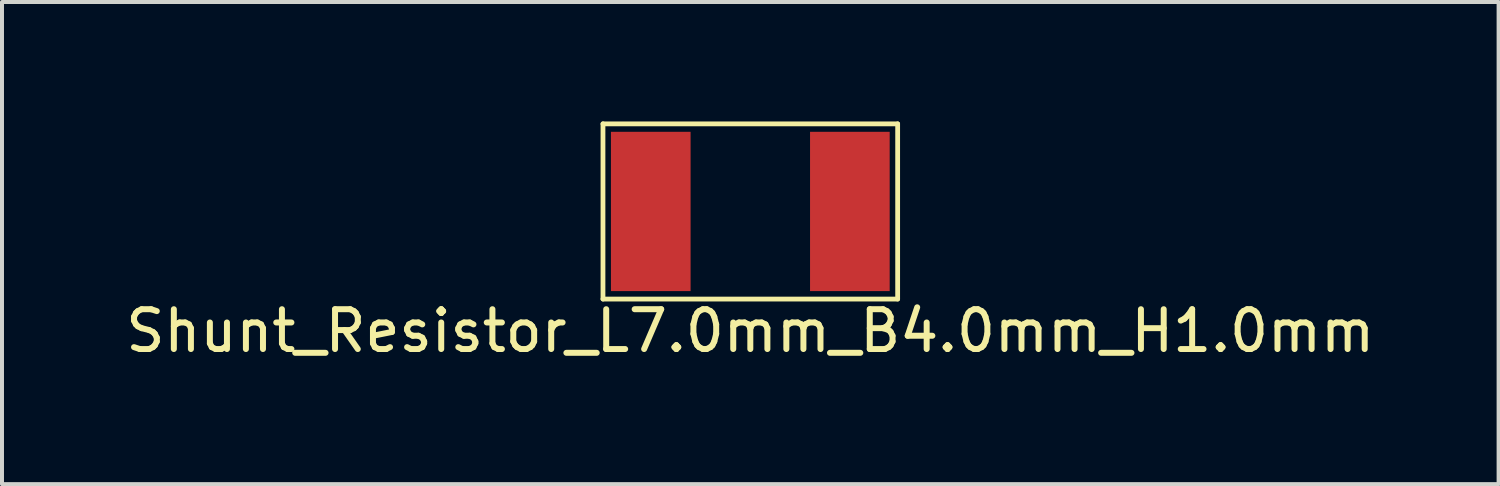
<source format=kicad_pcb>
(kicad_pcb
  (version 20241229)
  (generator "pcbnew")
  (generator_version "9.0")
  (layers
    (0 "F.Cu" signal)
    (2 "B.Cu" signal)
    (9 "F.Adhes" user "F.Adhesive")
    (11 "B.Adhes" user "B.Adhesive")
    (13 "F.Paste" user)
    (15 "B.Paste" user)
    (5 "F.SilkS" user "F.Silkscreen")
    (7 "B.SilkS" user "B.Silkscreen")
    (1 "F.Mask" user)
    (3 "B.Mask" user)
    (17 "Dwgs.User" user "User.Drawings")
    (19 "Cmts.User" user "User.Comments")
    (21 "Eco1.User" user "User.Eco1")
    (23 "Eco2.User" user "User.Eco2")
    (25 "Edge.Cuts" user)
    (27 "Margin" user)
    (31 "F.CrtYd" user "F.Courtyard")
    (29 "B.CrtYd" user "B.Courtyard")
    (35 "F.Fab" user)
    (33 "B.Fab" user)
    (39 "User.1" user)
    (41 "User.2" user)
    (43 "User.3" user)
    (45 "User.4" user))
  (footprint "Shunt_Resistor_L7.0mm_B4.0mm_H1.0mm"
    (layer "F.Cu")
    (at 15.792 4.76)
    (property "Reference" "Shunt_Resistor_L7.0mm_B4.0mm_H1.0mm" (at 0 0.5 0) (layer "F.SilkS") (effects (font (size 1 1) (thickness 0.15))))
    (attr through_hole)
    (fp_line (start -3.7 -4.7) (end -3.7 -0.3) (stroke (width 0.12) (type solid)) (layer "F.SilkS"))
    (fp_line (start -3.7 -0.3) (end 3.7 -0.3) (stroke (width 0.12) (type solid)) (layer "F.SilkS"))
    (fp_line (start 3.7 -4.7) (end -3.7 -4.7) (stroke (width 0.12) (type solid)) (layer "F.SilkS"))
    (fp_line (start 3.7 -0.3) (end 3.7 -4.7) (stroke (width 0.12) (type solid)) (layer "F.SilkS"))
    (pad "1" smd rect (at -2.5 -2.5) (size 2 4) (layers "F.Cu" "F.Mask" "F.Paste"))
    (pad "2" smd rect (at 2.5 -2.5) (size 2 4) (layers "F.Cu" "F.Mask" "F.Paste")))
  (gr_rect
    (start -3 -3)
    (end 34.583 9.108)
    (stroke (width 0.1) (type default))
    (fill no)
    (layer "Edge.Cuts")))
</source>
